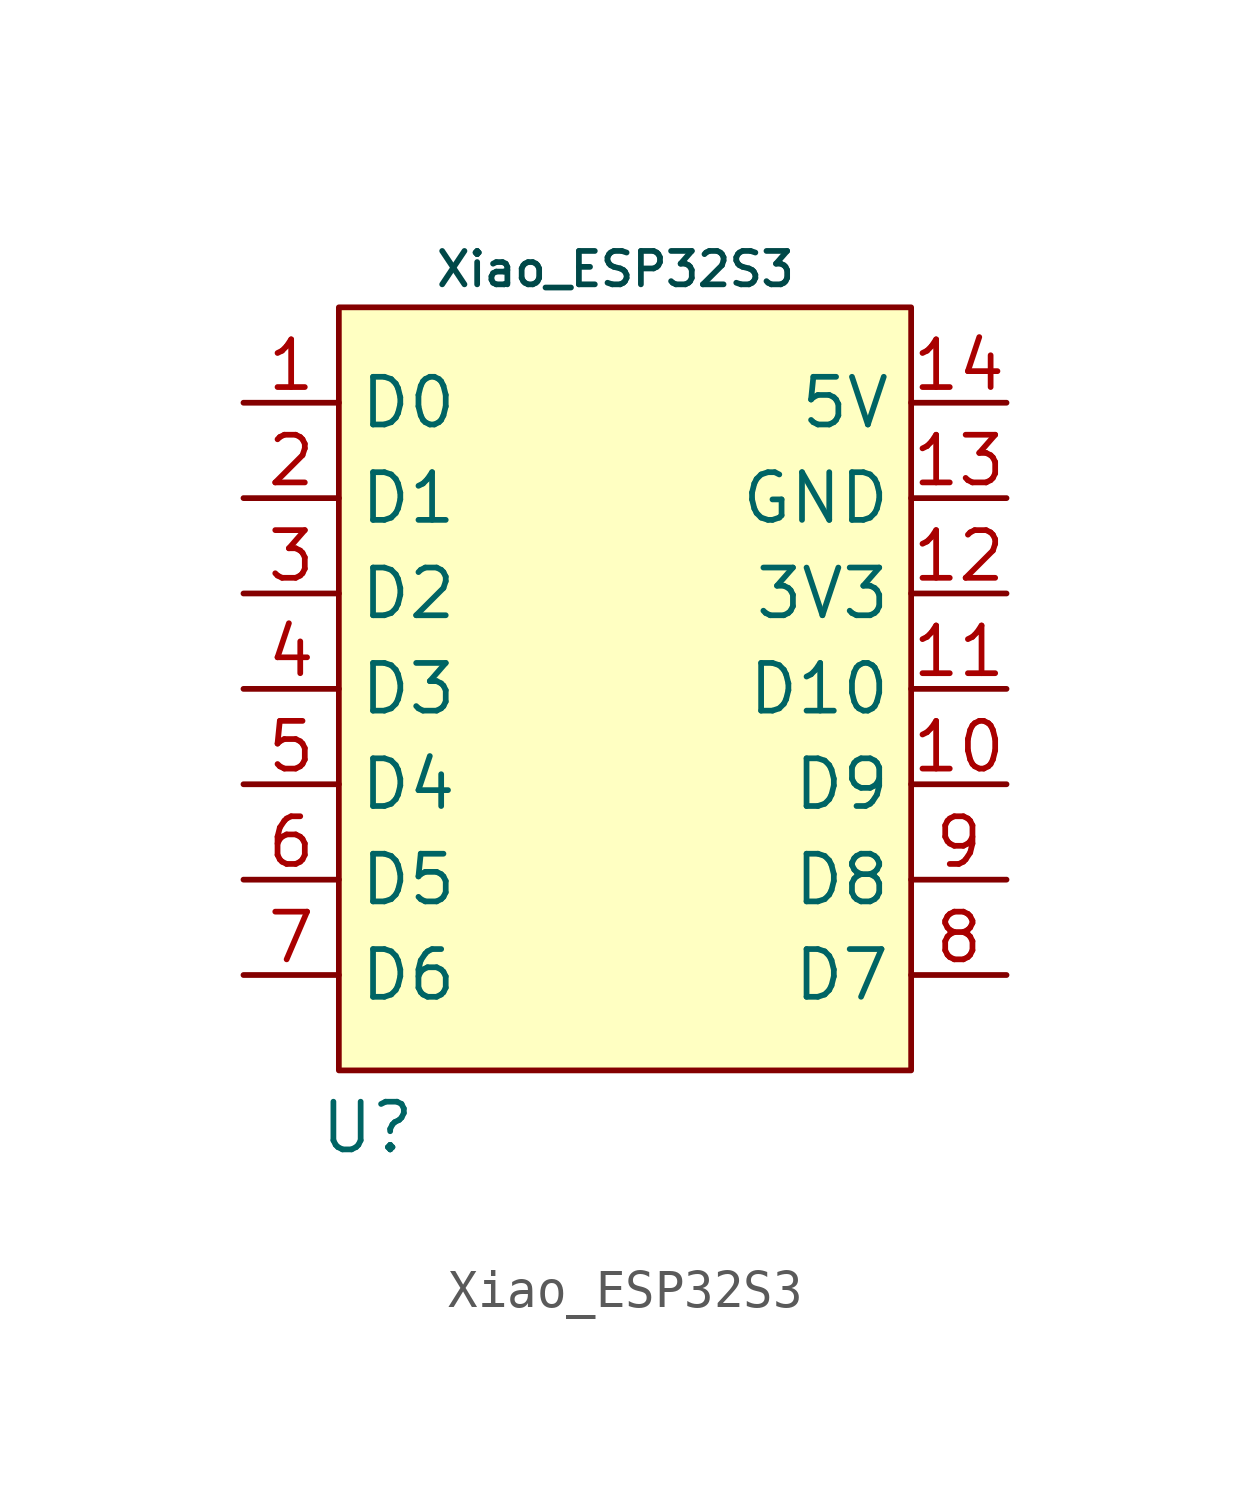
<source format=kicad_sym>
(kicad_symbol_lib
  (version 20231120)
  (generator "kicad_symbol_editor")
  (generator_version "8.0")
  (symbol "Xiao_ESP32S3"
    (property "Reference" "U"
      (at -6.858 -11.684 0)
      (effects (font (size 1.27 1.27))))
    (property "Value" ""
      (at 1.27 -1.27 0)
      (effects (font (size 1.27 1.27))))
    (symbol "Xiao_ESP32S3_1_1"
      (rectangle (start -7.62 10.16) (end 7.62 -10.16) (stroke (width 0) (type default)) (fill (type background)))
      (text "Xiao_ESP32S3\n" (at -0.254 11.176 0) (effects (font (size 0.889 0.889) (color 0 72 72 1))))
      (pin input line (at -10.16 7.62 0) (length 2.54) (name "D0" (effects (font (size 1.27 1.27)))) (number "1" (effects (font (size 1.27 1.27)))))
      (pin input line (at 10.16 -2.54 180) (length 2.54) (name "D9" (effects (font (size 1.27 1.27)))) (number "10" (effects (font (size 1.27 1.27)))))
      (pin input line (at 10.16 0 180) (length 2.54) (name "D10" (effects (font (size 1.27 1.27)))) (number "11" (effects (font (size 1.27 1.27)))))
      (pin input line (at 10.16 2.54 180) (length 2.54) (name "3V3" (effects (font (size 1.27 1.27)))) (number "12" (effects (font (size 1.27 1.27)))))
      (pin input line (at 10.16 5.08 180) (length 2.54) (name "GND" (effects (font (size 1.27 1.27)))) (number "13" (effects (font (size 1.27 1.27)))))
      (pin input line (at 10.16 7.62 180) (length 2.54) (name "5V" (effects (font (size 1.27 1.27)))) (number "14" (effects (font (size 1.27 1.27)))))
      (pin input line (at -10.16 5.08 0) (length 2.54) (name "D1" (effects (font (size 1.27 1.27)))) (number "2" (effects (font (size 1.27 1.27)))))
      (pin input line (at -10.16 2.54 0) (length 2.54) (name "D2" (effects (font (size 1.27 1.27)))) (number "3" (effects (font (size 1.27 1.27)))))
      (pin input line (at -10.16 0 0) (length 2.54) (name "D3" (effects (font (size 1.27 1.27)))) (number "4" (effects (font (size 1.27 1.27)))))
      (pin input line (at -10.16 -2.54 0) (length 2.54) (name "D4" (effects (font (size 1.27 1.27)))) (number "5" (effects (font (size 1.27 1.27)))))
      (pin input line (at -10.16 -5.08 0) (length 2.54) (name "D5" (effects (font (size 1.27 1.27)))) (number "6" (effects (font (size 1.27 1.27)))))
      (pin input line (at -10.16 -7.62 0) (length 2.54) (name "D6" (effects (font (size 1.27 1.27)))) (number "7" (effects (font (size 1.27 1.27)))))
      (pin input line (at 10.16 -7.62 180) (length 2.54) (name "D7" (effects (font (size 1.27 1.27)))) (number "8" (effects (font (size 1.27 1.27)))))
      (pin input line (at 10.16 -5.08 180) (length 2.54) (name "D8" (effects (font (size 1.27 1.27)))) (number "9" (effects (font (size 1.27 1.27))))))))
</source>
